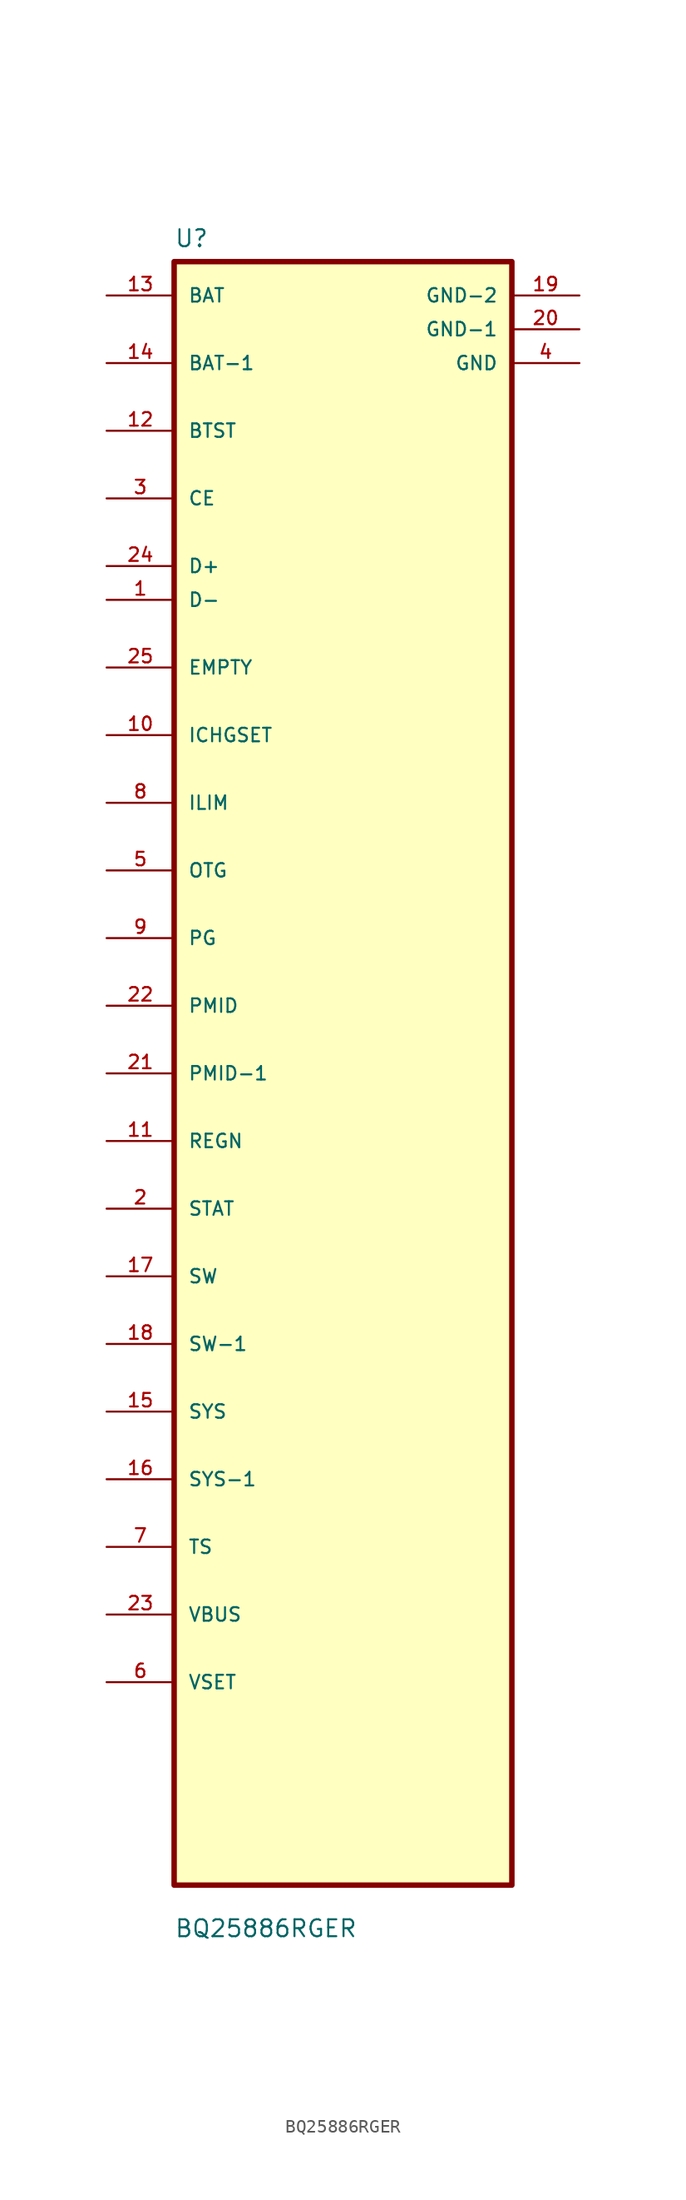
<source format=kicad_sym>
(kicad_symbol_lib
  (version 20211014)
  (generator kicad_symbol_editor)
  (symbol "BQ25886RGER"
    (pin_names
      (offset 1.016))
    (property "Reference" "U"
      (at -12.7 61.96 0.0)
      (effects (font (size 1.27 1.27)) (justify bottom left)))
    (property "Value" "BQ25886RGER"
      (at -12.7 -64.96 0.0)
      (effects (font (size 1.27 1.27)) (justify bottom left)))
    (symbol "BQ25886RGER_0_0"
      (rectangle (start -12.7 -60.96) (end 12.7 60.96) (stroke (width 0.41)) (fill (type background)))
      (pin bidirectional line (at -17.78 58.42 0) (length 5.08) (name "BAT" (effects (font (size 1.016 1.016)))) (number "13" (effects (font (size 1.016 1.016)))))
      (pin bidirectional line (at -17.78 53.34 0) (length 5.08) (name "BAT-1" (effects (font (size 1.016 1.016)))) (number "14" (effects (font (size 1.016 1.016)))))
      (pin bidirectional line (at -17.78 48.26 0) (length 5.08) (name "BTST" (effects (font (size 1.016 1.016)))) (number "12" (effects (font (size 1.016 1.016)))))
      (pin bidirectional line (at -17.78 43.18 0) (length 5.08) (name "CE" (effects (font (size 1.016 1.016)))) (number "3" (effects (font (size 1.016 1.016)))))
      (pin bidirectional line (at -17.78 38.1 0) (length 5.08) (name "D+" (effects (font (size 1.016 1.016)))) (number "24" (effects (font (size 1.016 1.016)))))
      (pin bidirectional line (at -17.78 35.56 0) (length 5.08) (name "D-" (effects (font (size 1.016 1.016)))) (number "1" (effects (font (size 1.016 1.016)))))
      (pin bidirectional line (at -17.78 30.48 0) (length 5.08) (name "EMPTY" (effects (font (size 1.016 1.016)))) (number "25" (effects (font (size 1.016 1.016)))))
      (pin bidirectional line (at -17.78 25.4 0) (length 5.08) (name "ICHGSET" (effects (font (size 1.016 1.016)))) (number "10" (effects (font (size 1.016 1.016)))))
      (pin bidirectional line (at -17.78 20.32 0) (length 5.08) (name "ILIM" (effects (font (size 1.016 1.016)))) (number "8" (effects (font (size 1.016 1.016)))))
      (pin bidirectional line (at -17.78 15.24 0) (length 5.08) (name "OTG" (effects (font (size 1.016 1.016)))) (number "5" (effects (font (size 1.016 1.016)))))
      (pin bidirectional line (at -17.78 10.16 0) (length 5.08) (name "PG" (effects (font (size 1.016 1.016)))) (number "9" (effects (font (size 1.016 1.016)))))
      (pin bidirectional line (at -17.78 5.08 0) (length 5.08) (name "PMID" (effects (font (size 1.016 1.016)))) (number "22" (effects (font (size 1.016 1.016)))))
      (pin bidirectional line (at -17.78 1.77636e-14 0) (length 5.08) (name "PMID-1" (effects (font (size 1.016 1.016)))) (number "21" (effects (font (size 1.016 1.016)))))
      (pin bidirectional line (at -17.78 -5.08 0) (length 5.08) (name "REGN" (effects (font (size 1.016 1.016)))) (number "11" (effects (font (size 1.016 1.016)))))
      (pin bidirectional line (at -17.78 -10.16 0) (length 5.08) (name "STAT" (effects (font (size 1.016 1.016)))) (number "2" (effects (font (size 1.016 1.016)))))
      (pin bidirectional line (at -17.78 -15.24 0) (length 5.08) (name "SW" (effects (font (size 1.016 1.016)))) (number "17" (effects (font (size 1.016 1.016)))))
      (pin bidirectional line (at -17.78 -20.32 0) (length 5.08) (name "SW-1" (effects (font (size 1.016 1.016)))) (number "18" (effects (font (size 1.016 1.016)))))
      (pin bidirectional line (at -17.78 -25.4 0) (length 5.08) (name "SYS" (effects (font (size 1.016 1.016)))) (number "15" (effects (font (size 1.016 1.016)))))
      (pin bidirectional line (at -17.78 -30.48 0) (length 5.08) (name "SYS-1" (effects (font (size 1.016 1.016)))) (number "16" (effects (font (size 1.016 1.016)))))
      (pin bidirectional line (at -17.78 -35.56 0) (length 5.08) (name "TS" (effects (font (size 1.016 1.016)))) (number "7" (effects (font (size 1.016 1.016)))))
      (pin bidirectional line (at -17.78 -40.64 0) (length 5.08) (name "VBUS" (effects (font (size 1.016 1.016)))) (number "23" (effects (font (size 1.016 1.016)))))
      (pin bidirectional line (at -17.78 -45.72 0) (length 5.08) (name "VSET" (effects (font (size 1.016 1.016)))) (number "6" (effects (font (size 1.016 1.016)))))
      (pin power_in line (at 17.78 58.42 180.0) (length 5.08) (name "GND-2" (effects (font (size 1.016 1.016)))) (number "19" (effects (font (size 1.016 1.016)))))
      (pin power_in line (at 17.78 55.88 180.0) (length 5.08) (name "GND-1" (effects (font (size 1.016 1.016)))) (number "20" (effects (font (size 1.016 1.016)))))
      (pin power_in line (at 17.78 53.34 180.0) (length 5.08) (name "GND" (effects (font (size 1.016 1.016)))) (number "4" (effects (font (size 1.016 1.016))))))))
</source>
